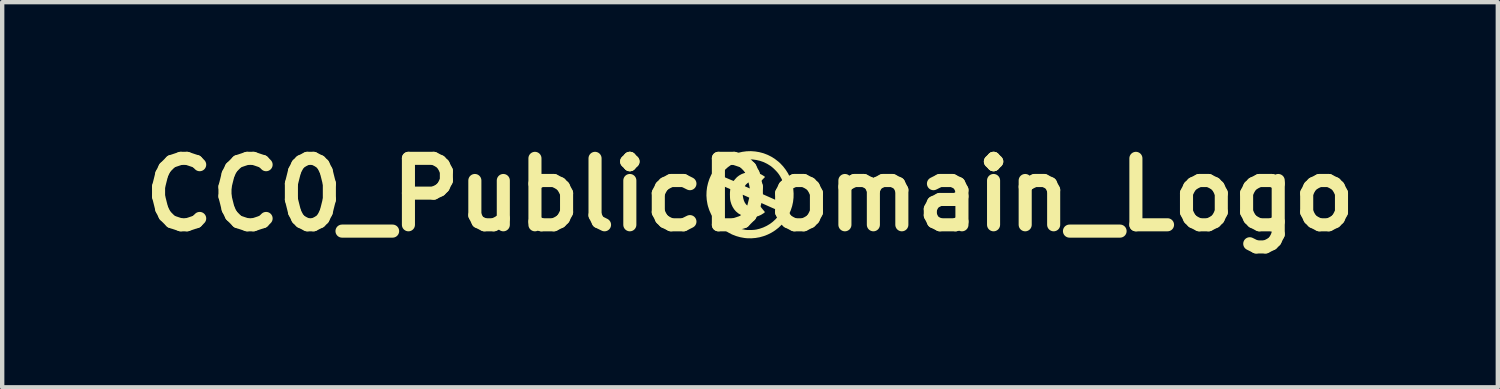
<source format=kicad_pcb>
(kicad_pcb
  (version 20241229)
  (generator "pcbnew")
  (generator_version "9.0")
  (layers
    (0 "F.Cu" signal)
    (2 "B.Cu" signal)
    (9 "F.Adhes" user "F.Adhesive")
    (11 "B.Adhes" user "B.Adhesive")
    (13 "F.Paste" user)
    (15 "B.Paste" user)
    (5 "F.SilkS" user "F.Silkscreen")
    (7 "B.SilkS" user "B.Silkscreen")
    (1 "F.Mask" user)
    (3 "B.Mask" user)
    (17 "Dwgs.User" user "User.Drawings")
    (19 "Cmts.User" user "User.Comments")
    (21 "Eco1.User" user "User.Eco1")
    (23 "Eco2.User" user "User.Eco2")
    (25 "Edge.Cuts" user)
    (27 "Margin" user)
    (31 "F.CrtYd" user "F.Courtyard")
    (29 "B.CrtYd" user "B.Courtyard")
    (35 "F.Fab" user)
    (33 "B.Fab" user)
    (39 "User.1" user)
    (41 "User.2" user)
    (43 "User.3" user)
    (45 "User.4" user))
  (footprint "CC0_PublicDomain_Logo"
    (layer "F.Cu")
    (at 14.159 1.418)
    (property "Reference" "CC0_PublicDomain_Logo" (at 0 0 0) (layer "F.SilkS") (effects (font (size 1.524 1.524) (thickness 0.3))))
    (attr board_only exclude_from_pos_files exclude_from_bom)
    (fp_poly (pts (xy 0.117 -0.993) (xy 0.213 -0.977) (xy 0.308 -0.952) (xy 0.399 -0.917) (xy 0.488 -0.873) (xy 0.572 -0.82) (xy 0.651 -0.759) (xy 0.689 -0.725) (xy 0.758 -0.652) (xy 0.819 -0.573) (xy 0.872 -0.49) (xy 0.915 -0.403) (xy 0.95 -0.312) (xy 0.976 -0.219) (xy 0.993 -0.124) (xy 1 -0.027) (xy 0.998 0.069) (xy 0.987 0.166) (xy 0.966 0.262) (xy 0.935 0.356) (xy 0.897 0.443) (xy 0.847 0.532) (xy 0.789 0.614) (xy 0.725 0.689) (xy 0.654 0.757) (xy 0.577 0.817) (xy 0.495 0.869) (xy 0.408 0.913) (xy 0.318 0.948) (xy 0.224 0.975) (xy 0.127 0.992) (xy 0.028 1) (xy -0.073 0.998) (xy -0.131 0.992) (xy -0.228 0.974) (xy -0.323 0.947) (xy -0.414 0.911) (xy -0.5 0.866) (xy -0.582 0.813) (xy -0.658 0.753) (xy -0.727 0.686) (xy -0.79 0.612) (xy -0.846 0.532) (xy -0.894 0.447) (xy -0.934 0.357) (xy -0.965 0.263) (xy -0.976 0.218) (xy -0.993 0.118) (xy -1 0.019) (xy -1 0.011) (xy -0.811 0.011) (xy -0.805 0.098) (xy -0.79 0.184) (xy -0.765 0.268) (xy -0.731 0.349) (xy -0.69 0.426) (xy -0.64 0.498) (xy -0.583 0.564) (xy -0.525 0.618) (xy -0.449 0.675) (xy -0.369 0.722) (xy -0.285 0.759) (xy -0.197 0.787) (xy -0.106 0.805) (xy -0.089 0.807) (xy -0.058 0.81) (xy -0.021 0.81) (xy 0.02 0.81) (xy 0.062 0.808) (xy 0.102 0.805) (xy 0.135 0.8) (xy 0.138 0.8) (xy 0.221 0.78) (xy 0.302 0.752) (xy 0.381 0.715) (xy 0.455 0.671) (xy 0.523 0.62) (xy 0.585 0.563) (xy 0.616 0.527) (xy 0.632 0.508) (xy 0.648 0.486) (xy 0.665 0.464) (xy 0.68 0.441) (xy 0.693 0.422) (xy 0.703 0.406) (xy 0.708 0.396) (xy 0.708 0.395) (xy 0.709 0.394) (xy 0.709 0.393) (xy 0.709 0.393) (xy 0.707 0.391) (xy 0.705 0.39) (xy 0.699 0.387) (xy 0.692 0.383) (xy 0.68 0.378) (xy 0.665 0.371) (xy 0.646 0.362) (xy 0.621 0.351) (xy 0.591 0.337) (xy 0.555 0.321) (xy 0.511 0.302) (xy 0.461 0.28) (xy 0.403 0.254) (xy 0.336 0.224) (xy 0.266 0.193) (xy 0.206 0.166) (xy 0.148 0.14) (xy 0.094 0.116) (xy 0.043 0.093) (xy -0.003 0.073) (xy -0.044 0.055) (xy -0.079 0.039) (xy -0.107 0.027) (xy -0.127 0.018) (xy -0.138 0.013) (xy -0.14 0.012) (xy -0.167 -0.000103) (xy -0.164 0.033) (xy -0.154 0.088) (xy -0.139 0.139) (xy -0.118 0.184) (xy -0.092 0.221) (xy -0.061 0.251) (xy -0.027 0.272) (xy -0.018 0.276) (xy 0.022 0.285) (xy 0.064 0.286) (xy 0.106 0.279) (xy 0.145 0.263) (xy 0.179 0.24) (xy 0.179 0.24) (xy 0.191 0.23) (xy 0.2 0.227) (xy 0.203 0.227) (xy 0.207 0.232) (xy 0.217 0.245) (xy 0.231 0.262) (xy 0.249 0.283) (xy 0.268 0.307) (xy 0.288 0.332) (xy 0.306 0.354) (xy 0.321 0.372) (xy 0.332 0.385) (xy 0.337 0.392) (xy 0.34 0.397) (xy 0.339 0.402) (xy 0.332 0.409) (xy 0.318 0.42) (xy 0.312 0.425) (xy 0.254 0.461) (xy 0.192 0.489) (xy 0.126 0.507) (xy 0.059 0.517) (xy -0.009 0.517) (xy -0.077 0.508) (xy -0.143 0.491) (xy -0.207 0.464) (xy -0.268 0.429) (xy -0.274 0.424) (xy -0.323 0.383) (xy -0.365 0.334) (xy -0.4 0.278) (xy -0.428 0.216) (xy -0.449 0.147) (xy -0.451 0.135) (xy -0.456 0.106) (xy -0.459 0.07) (xy -0.46 0.03) (xy -0.461 -0.012) (xy -0.46 -0.053) (xy -0.457 -0.089) (xy -0.453 -0.128) (xy -0.608 -0.196) (xy -0.645 -0.213) (xy -0.68 -0.228) (xy -0.71 -0.24) (xy -0.735 -0.25) (xy -0.754 -0.257) (xy -0.765 -0.261) (xy -0.767 -0.261) (xy -0.771 -0.253) (xy -0.776 -0.237) (xy -0.782 -0.214) (xy -0.788 -0.187) (xy -0.795 -0.158) (xy -0.8 -0.128) (xy -0.805 -0.1) (xy -0.808 -0.076) (xy -0.811 0.011) (xy -1 0.011) (xy -0.997 -0.079) (xy -0.985 -0.175) (xy -0.963 -0.269) (xy -0.933 -0.361) (xy -0.896 -0.445) (xy -0.676 -0.445) (xy -0.67 -0.442) (xy -0.656 -0.435) (xy -0.635 -0.425) (xy -0.609 -0.414) (xy -0.58 -0.401) (xy -0.548 -0.387) (xy -0.515 -0.373) (xy -0.482 -0.359) (xy -0.452 -0.346) (xy -0.425 -0.335) (xy -0.402 -0.326) (xy -0.386 -0.319) (xy -0.377 -0.316) (xy -0.375 -0.316) (xy -0.371 -0.322) (xy -0.361 -0.334) (xy -0.349 -0.349) (xy -0.345 -0.354) (xy -0.3 -0.403) (xy -0.249 -0.442) (xy -0.192 -0.474) (xy -0.13 -0.497) (xy -0.061 -0.511) (xy 0.013 -0.517) (xy 0.026 -0.517) (xy 0.079 -0.515) (xy 0.126 -0.51) (xy 0.17 -0.5) (xy 0.213 -0.486) (xy 0.219 -0.484) (xy 0.235 -0.476) (xy 0.255 -0.466) (xy 0.277 -0.454) (xy 0.299 -0.441) (xy 0.318 -0.428) (xy 0.333 -0.418) (xy 0.342 -0.41) (xy 0.344 -0.408) (xy 0.34 -0.403) (xy 0.33 -0.392) (xy 0.315 -0.377) (xy 0.296 -0.357) (xy 0.274 -0.334) (xy 0.262 -0.323) (xy 0.181 -0.241) (xy 0.159 -0.258) (xy 0.131 -0.276) (xy 0.103 -0.287) (xy 0.07 -0.293) (xy 0.039 -0.294) (xy 0.014 -0.294) (xy -0.005 -0.292) (xy -0.019 -0.288) (xy -0.033 -0.282) (xy -0.053 -0.27) (xy -0.074 -0.252) (xy -0.094 -0.233) (xy -0.108 -0.215) (xy -0.112 -0.209) (xy -0.119 -0.195) (xy 0.333 0.006) (xy 0.784 0.207) (xy 0.793 0.17) (xy 0.797 0.15) (xy 0.801 0.123) (xy 0.805 0.093) (xy 0.808 0.066) (xy 0.811 -0.019) (xy 0.804 -0.105) (xy 0.788 -0.191) (xy 0.762 -0.275) (xy 0.728 -0.357) (xy 0.685 -0.434) (xy 0.66 -0.472) (xy 0.634 -0.506) (xy 0.602 -0.542) (xy 0.566 -0.579) (xy 0.529 -0.614) (xy 0.493 -0.644) (xy 0.472 -0.66) (xy 0.395 -0.708) (xy 0.314 -0.748) (xy 0.231 -0.777) (xy 0.146 -0.797) (xy 0.06 -0.809) (xy -0.026 -0.81) (xy -0.112 -0.803) (xy -0.197 -0.786) (xy -0.28 -0.761) (xy -0.36 -0.727) (xy -0.436 -0.683) (xy -0.509 -0.631) (xy -0.573 -0.573) (xy -0.59 -0.555) (xy -0.609 -0.534) (xy -0.627 -0.513) (xy -0.644 -0.492) (xy -0.659 -0.474) (xy -0.67 -0.458) (xy -0.676 -0.448) (xy -0.676 -0.445) (xy -0.896 -0.445) (xy -0.894 -0.448) (xy -0.847 -0.532) (xy -0.793 -0.61) (xy -0.73 -0.684) (xy -0.661 -0.751) (xy -0.584 -0.812) (xy -0.502 -0.865) (xy -0.412 -0.911) (xy -0.37 -0.929) (xy -0.274 -0.962) (xy -0.177 -0.984) (xy -0.079 -0.997) (xy 0.02 -1)) (stroke (width 0) (type solid)) (fill yes) (layer "F.SilkS")))
  (gr_rect
    (start -3 -3)
    (end 31.317 5.836)
    (stroke (width 0.1) (type default))
    (fill no)
    (layer "Edge.Cuts")))
</source>
